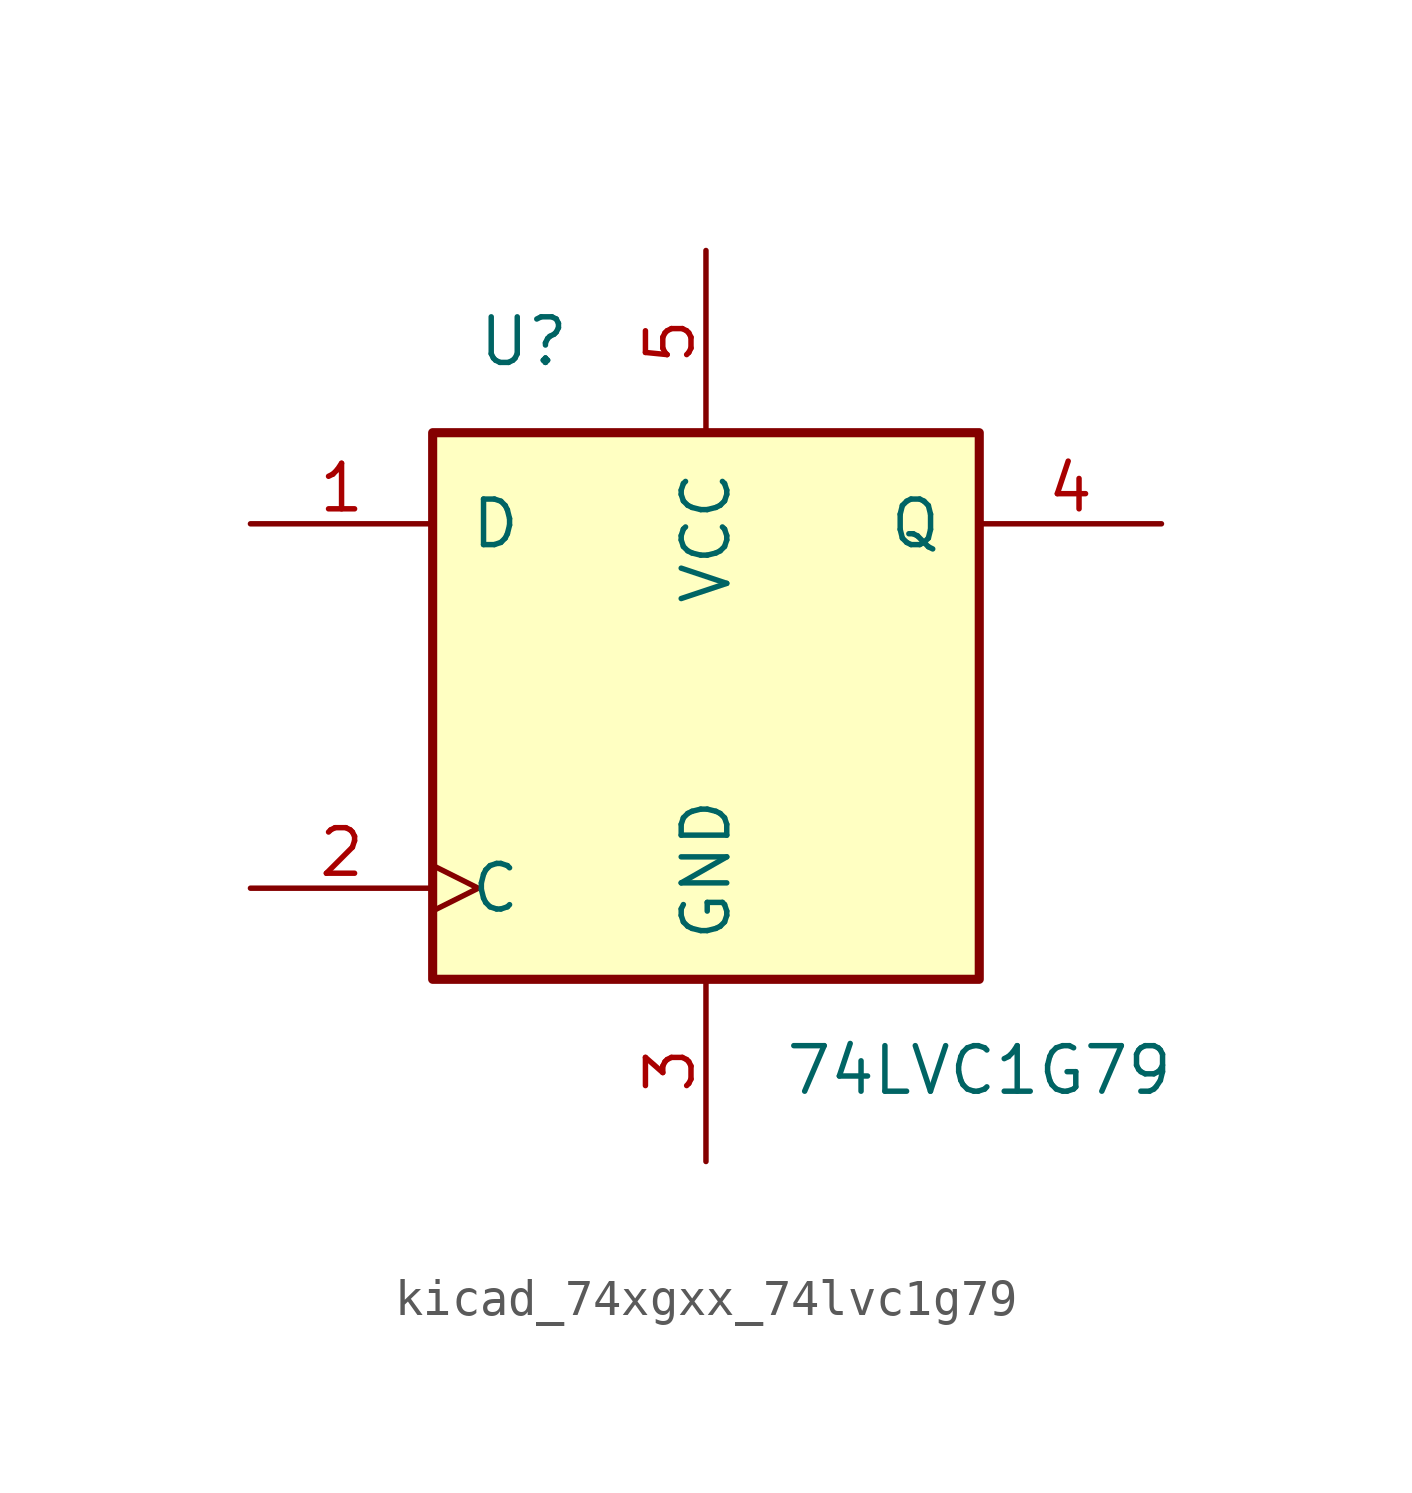
<source format=kicad_sym>
(kicad_symbol_lib
  (version 20220914)
  (generator kicad_symbol_editor)
  (symbol "kicad_74xgxx_74lvc1g79"
    (pin_names
      (offset 1.016))
    (property "Reference" "U"
      (at -5.08 10.16 0)
      (effects (font (size 1.27 1.27))))
    (property "Value" "74LVC1G79"
      (at 7.62 -10.16 0)
      (effects (font (size 1.27 1.27))))
    (symbol "kicad_74xgxx_74lvc1g79_0_1"
      (rectangle (start -7.62 7.62) (end 7.62 -7.62) (stroke (width 0.254) (type default)) (fill (type background))))
    (symbol "kicad_74xgxx_74lvc1g79_1_1"
      (pin input line (at -12.7 5.08 0) (length 5.08) (name "D" (effects (font (size 1.27 1.27)))) (number "1" (effects (font (size 1.27 1.27)))))
      (pin input clock (at -12.7 -5.08 0) (length 5.08) (name "C" (effects (font (size 1.27 1.27)))) (number "2" (effects (font (size 1.27 1.27)))))
      (pin power_in line (at 0 -12.7 90) (length 5.08) (name "GND" (effects (font (size 1.27 1.27)))) (number "3" (effects (font (size 1.27 1.27)))))
      (pin output line (at 12.7 5.08 180) (length 5.08) (name "Q" (effects (font (size 1.27 1.27)))) (number "4" (effects (font (size 1.27 1.27)))))
      (pin power_in line (at 0 12.7 270) (length 5.08) (name "VCC" (effects (font (size 1.27 1.27)))) (number "5" (effects (font (size 1.27 1.27))))))))
</source>
